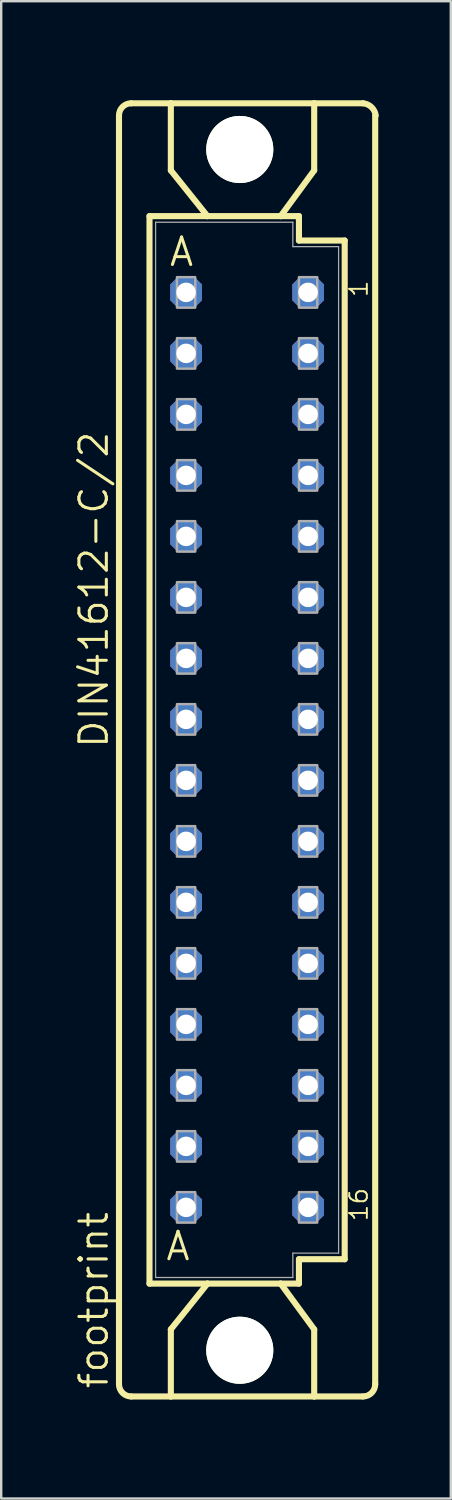
<source format=kicad_pcb>
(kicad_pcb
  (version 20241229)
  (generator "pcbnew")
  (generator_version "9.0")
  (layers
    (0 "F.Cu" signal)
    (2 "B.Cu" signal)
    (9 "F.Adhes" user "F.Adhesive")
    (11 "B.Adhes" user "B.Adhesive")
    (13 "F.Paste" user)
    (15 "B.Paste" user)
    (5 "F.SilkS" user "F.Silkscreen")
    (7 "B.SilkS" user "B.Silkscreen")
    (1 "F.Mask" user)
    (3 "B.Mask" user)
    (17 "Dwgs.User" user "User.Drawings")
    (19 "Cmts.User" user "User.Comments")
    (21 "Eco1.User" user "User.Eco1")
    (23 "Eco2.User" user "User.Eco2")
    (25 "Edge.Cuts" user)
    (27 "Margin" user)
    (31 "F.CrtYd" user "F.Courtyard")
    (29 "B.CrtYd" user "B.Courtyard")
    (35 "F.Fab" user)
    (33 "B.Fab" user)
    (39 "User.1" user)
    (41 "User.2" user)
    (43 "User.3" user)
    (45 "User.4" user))
  (footprint "footprint"
    (layer "F.Cu")
    (at 5.969 28.175)
    (property "Reference" "footprint" (at -4.445 26.67 90) (layer "F.SilkS") (effects (font (size 1.143 1.143) (thickness 0.127)) (justify left bottom)))
    (fp_line (start -4.064 26.416) (end -4.064 -26.416) (stroke (width 0.254) (type solid)) (layer "F.SilkS"))
    (fp_line (start -3.556 26.924) (end -1.905 26.924) (stroke (width 0.254) (type solid)) (layer "F.SilkS"))
    (fp_line (start -2.794 22.225) (end -2.794 -22.225) (stroke (width 0.254) (type solid)) (layer "F.SilkS"))
    (fp_line (start -1.905 -26.924) (end -3.556 -26.924) (stroke (width 0.254) (type solid)) (layer "F.SilkS"))
    (fp_line (start -1.905 -26.924) (end -1.905 -24.13) (stroke (width 0.254) (type solid)) (layer "F.SilkS"))
    (fp_line (start -1.905 26.924) (end -1.905 24.13) (stroke (width 0.254) (type solid)) (layer "F.SilkS"))
    (fp_line (start -1.905 26.924) (end 4.064 26.924) (stroke (width 0.254) (type solid)) (layer "F.SilkS"))
    (fp_line (start -0.381 -22.225) (end -2.794 -22.225) (stroke (width 0.254) (type solid)) (layer "F.SilkS"))
    (fp_line (start -0.381 -22.225) (end -1.905 -24.13) (stroke (width 0.254) (type solid)) (layer "F.SilkS"))
    (fp_line (start -0.381 -22.225) (end 2.667 -22.225) (stroke (width 0.254) (type solid)) (layer "F.SilkS"))
    (fp_line (start -0.381 22.225) (end -2.794 22.225) (stroke (width 0.254) (type solid)) (layer "F.SilkS"))
    (fp_line (start -0.381 22.225) (end -1.905 24.13) (stroke (width 0.254) (type solid)) (layer "F.SilkS"))
    (fp_line (start 2.667 -22.225) (end 3.429 -22.225) (stroke (width 0.254) (type solid)) (layer "F.SilkS"))
    (fp_line (start 2.667 -22.225) (end 4.064 -24.13) (stroke (width 0.254) (type solid)) (layer "F.SilkS"))
    (fp_line (start 2.667 22.225) (end -0.381 22.225) (stroke (width 0.254) (type solid)) (layer "F.SilkS"))
    (fp_line (start 2.667 22.225) (end 4.064 24.13) (stroke (width 0.254) (type solid)) (layer "F.SilkS"))
    (fp_line (start 3.429 -21.209) (end 3.429 -22.225) (stroke (width 0.254) (type solid)) (layer "F.SilkS"))
    (fp_line (start 3.429 21.209) (end 5.334 21.209) (stroke (width 0.254) (type solid)) (layer "F.SilkS"))
    (fp_line (start 3.429 22.225) (end 2.667 22.225) (stroke (width 0.254) (type solid)) (layer "F.SilkS"))
    (fp_line (start 3.429 22.225) (end 3.429 21.209) (stroke (width 0.254) (type solid)) (layer "F.SilkS"))
    (fp_line (start 4.064 -26.924) (end -1.905 -26.924) (stroke (width 0.254) (type solid)) (layer "F.SilkS"))
    (fp_line (start 4.064 -24.13) (end 4.064 -26.924) (stroke (width 0.254) (type solid)) (layer "F.SilkS"))
    (fp_line (start 4.064 26.924) (end 4.064 24.13) (stroke (width 0.254) (type solid)) (layer "F.SilkS"))
    (fp_line (start 4.064 26.924) (end 6.096 26.924) (stroke (width 0.254) (type solid)) (layer "F.SilkS"))
    (fp_line (start 5.334 -21.209) (end 3.429 -21.209) (stroke (width 0.254) (type solid)) (layer "F.SilkS"))
    (fp_line (start 5.334 21.209) (end 5.334 -21.209) (stroke (width 0.254) (type solid)) (layer "F.SilkS"))
    (fp_line (start 6.096 -26.924) (end 4.064 -26.924) (stroke (width 0.254) (type solid)) (layer "F.SilkS"))
    (fp_line (start 6.604 -26.416) (end 6.604 26.416) (stroke (width 0.254) (type solid)) (layer "F.SilkS"))
    (fp_arc (start -4.064 -26.416) (mid -3.91521 -26.77521) (end -3.556 -26.924) (stroke (width 0.254) (type solid)) (layer "F.SilkS"))
    (fp_arc (start -3.556 26.924) (mid -3.91521 26.77521) (end -4.064 26.416) (stroke (width 0.254) (type solid)) (layer "F.SilkS"))
    (fp_arc (start 6.096 -26.924) (mid 6.449437 -26.764314) (end 6.626 -26.418999) (stroke (width 0.254) (type solid)) (layer "F.SilkS"))
    (fp_arc (start 6.604 26.416) (mid 6.45521 26.77521) (end 6.096 26.924) (stroke (width 0.254) (type solid)) (layer "F.SilkS"))
    (fp_circle (center 0.965 -25) (end 2.235 -25) (stroke (width 0.254) (type solid)) (fill no) (layer "F.SilkS"))
    (fp_circle (center 0.965 25) (end 2.235 25) (stroke (width 0.254) (type solid)) (fill no) (layer "F.SilkS"))
    (fp_line (start -2.54 -21.971) (end -2.54 21.971) (stroke (width 0.051) (type solid)) (layer "F.Fab"))
    (fp_line (start 3.175 -21.971) (end -2.54 -21.971) (stroke (width 0.051) (type solid)) (layer "F.Fab"))
    (fp_line (start 3.175 -20.955) (end 3.175 -21.971) (stroke (width 0.051) (type solid)) (layer "F.Fab"))
    (fp_line (start 3.175 20.955) (end 3.175 21.971) (stroke (width 0.051) (type solid)) (layer "F.Fab"))
    (fp_line (start 3.175 20.955) (end 5.08 20.955) (stroke (width 0.051) (type solid)) (layer "F.Fab"))
    (fp_line (start 3.175 21.971) (end -2.54 21.971) (stroke (width 0.051) (type solid)) (layer "F.Fab"))
    (fp_line (start 5.08 -20.955) (end 3.175 -20.955) (stroke (width 0.051) (type solid)) (layer "F.Fab"))
    (fp_line (start 5.08 20.955) (end 5.08 -20.955) (stroke (width 0.051) (type solid)) (layer "F.Fab"))
    (fp_poly (pts (xy -1.651 -18.415) (xy -0.889 -18.415) (xy -0.889 -19.685) (xy -1.651 -19.685)) (stroke (width 0.1) (type solid)) (fill no) (layer "F.Fab"))
    (fp_poly (pts (xy -1.651 -15.875) (xy -0.889 -15.875) (xy -0.889 -17.145) (xy -1.651 -17.145)) (stroke (width 0.1) (type solid)) (fill no) (layer "F.Fab"))
    (fp_poly (pts (xy -1.651 -13.335) (xy -0.889 -13.335) (xy -0.889 -14.605) (xy -1.651 -14.605)) (stroke (width 0.1) (type solid)) (fill no) (layer "F.Fab"))
    (fp_poly (pts (xy -1.651 -10.795) (xy -0.889 -10.795) (xy -0.889 -12.065) (xy -1.651 -12.065)) (stroke (width 0.1) (type solid)) (fill no) (layer "F.Fab"))
    (fp_poly (pts (xy -1.651 -8.255) (xy -0.889 -8.255) (xy -0.889 -9.525) (xy -1.651 -9.525)) (stroke (width 0.1) (type solid)) (fill no) (layer "F.Fab"))
    (fp_poly (pts (xy -1.651 -5.715) (xy -0.889 -5.715) (xy -0.889 -6.985) (xy -1.651 -6.985)) (stroke (width 0.1) (type solid)) (fill no) (layer "F.Fab"))
    (fp_poly (pts (xy -1.651 -3.175) (xy -0.889 -3.175) (xy -0.889 -4.445) (xy -1.651 -4.445)) (stroke (width 0.1) (type solid)) (fill no) (layer "F.Fab"))
    (fp_poly (pts (xy -1.651 -0.635) (xy -0.889 -0.635) (xy -0.889 -1.905) (xy -1.651 -1.905)) (stroke (width 0.1) (type solid)) (fill no) (layer "F.Fab"))
    (fp_poly (pts (xy -1.651 1.905) (xy -0.889 1.905) (xy -0.889 0.635) (xy -1.651 0.635)) (stroke (width 0.1) (type solid)) (fill no) (layer "F.Fab"))
    (fp_poly (pts (xy -1.651 4.445) (xy -0.889 4.445) (xy -0.889 3.175) (xy -1.651 3.175)) (stroke (width 0.1) (type solid)) (fill no) (layer "F.Fab"))
    (fp_poly (pts (xy -1.651 6.985) (xy -0.889 6.985) (xy -0.889 5.715) (xy -1.651 5.715)) (stroke (width 0.1) (type solid)) (fill no) (layer "F.Fab"))
    (fp_poly (pts (xy -1.651 9.525) (xy -0.889 9.525) (xy -0.889 8.255) (xy -1.651 8.255)) (stroke (width 0.1) (type solid)) (fill no) (layer "F.Fab"))
    (fp_poly (pts (xy -1.651 12.065) (xy -0.889 12.065) (xy -0.889 10.795) (xy -1.651 10.795)) (stroke (width 0.1) (type solid)) (fill no) (layer "F.Fab"))
    (fp_poly (pts (xy -1.651 14.605) (xy -0.889 14.605) (xy -0.889 13.335) (xy -1.651 13.335)) (stroke (width 0.1) (type solid)) (fill no) (layer "F.Fab"))
    (fp_poly (pts (xy -1.651 17.145) (xy -0.889 17.145) (xy -0.889 15.875) (xy -1.651 15.875)) (stroke (width 0.1) (type solid)) (fill no) (layer "F.Fab"))
    (fp_poly (pts (xy -1.651 19.685) (xy -0.889 19.685) (xy -0.889 18.415) (xy -1.651 18.415)) (stroke (width 0.1) (type solid)) (fill no) (layer "F.Fab"))
    (fp_poly (pts (xy 3.429 -18.415) (xy 4.191 -18.415) (xy 4.191 -19.685) (xy 3.429 -19.685)) (stroke (width 0.1) (type solid)) (fill no) (layer "F.Fab"))
    (fp_poly (pts (xy 3.429 -15.875) (xy 4.191 -15.875) (xy 4.191 -17.145) (xy 3.429 -17.145)) (stroke (width 0.1) (type solid)) (fill no) (layer "F.Fab"))
    (fp_poly (pts (xy 3.429 -13.335) (xy 4.191 -13.335) (xy 4.191 -14.605) (xy 3.429 -14.605)) (stroke (width 0.1) (type solid)) (fill no) (layer "F.Fab"))
    (fp_poly (pts (xy 3.429 -10.795) (xy 4.191 -10.795) (xy 4.191 -12.065) (xy 3.429 -12.065)) (stroke (width 0.1) (type solid)) (fill no) (layer "F.Fab"))
    (fp_poly (pts (xy 3.429 -8.255) (xy 4.191 -8.255) (xy 4.191 -9.525) (xy 3.429 -9.525)) (stroke (width 0.1) (type solid)) (fill no) (layer "F.Fab"))
    (fp_poly (pts (xy 3.429 -5.715) (xy 4.191 -5.715) (xy 4.191 -6.985) (xy 3.429 -6.985)) (stroke (width 0.1) (type solid)) (fill no) (layer "F.Fab"))
    (fp_poly (pts (xy 3.429 -3.175) (xy 4.191 -3.175) (xy 4.191 -4.445) (xy 3.429 -4.445)) (stroke (width 0.1) (type solid)) (fill no) (layer "F.Fab"))
    (fp_poly (pts (xy 3.429 -0.635) (xy 4.191 -0.635) (xy 4.191 -1.905) (xy 3.429 -1.905)) (stroke (width 0.1) (type solid)) (fill no) (layer "F.Fab"))
    (fp_poly (pts (xy 3.429 1.905) (xy 4.191 1.905) (xy 4.191 0.635) (xy 3.429 0.635)) (stroke (width 0.1) (type solid)) (fill no) (layer "F.Fab"))
    (fp_poly (pts (xy 3.429 4.445) (xy 4.191 4.445) (xy 4.191 3.175) (xy 3.429 3.175)) (stroke (width 0.1) (type solid)) (fill no) (layer "F.Fab"))
    (fp_poly (pts (xy 3.429 6.985) (xy 4.191 6.985) (xy 4.191 5.715) (xy 3.429 5.715)) (stroke (width 0.1) (type solid)) (fill no) (layer "F.Fab"))
    (fp_poly (pts (xy 3.429 9.525) (xy 4.191 9.525) (xy 4.191 8.255) (xy 3.429 8.255)) (stroke (width 0.1) (type solid)) (fill no) (layer "F.Fab"))
    (fp_poly (pts (xy 3.429 12.065) (xy 4.191 12.065) (xy 4.191 10.795) (xy 3.429 10.795)) (stroke (width 0.1) (type solid)) (fill no) (layer "F.Fab"))
    (fp_poly (pts (xy 3.429 14.605) (xy 4.191 14.605) (xy 4.191 13.335) (xy 3.429 13.335)) (stroke (width 0.1) (type solid)) (fill no) (layer "F.Fab"))
    (fp_poly (pts (xy 3.429 17.145) (xy 4.191 17.145) (xy 4.191 15.875) (xy 3.429 15.875)) (stroke (width 0.1) (type solid)) (fill no) (layer "F.Fab"))
    (fp_poly (pts (xy 3.429 19.685) (xy 4.191 19.685) (xy 4.191 18.415) (xy 3.429 18.415)) (stroke (width 0.1) (type solid)) (fill no) (layer "F.Fab"))
    (fp_text user "16" (at 6.35 19.685 90) (layer "F.SilkS") (effects (font (size 0.732 0.732) (thickness 0.081)) (justify left bottom)))
    (fp_text user "A" (at -2.032 -20.066 0) (layer "F.SilkS") (effects (font (size 1.143 1.143) (thickness 0.127)) (justify left bottom)))
    (fp_text user "1" (at 6.35 -18.796 90) (layer "F.SilkS") (effects (font (size 0.732 0.732) (thickness 0.081)) (justify left bottom)))
    (fp_text user " A " (at -3.051 21.336 0) (layer "F.SilkS") (effects (font (size 1.143 1.143) (thickness 0.127)) (justify left bottom)))
    (fp_text user "DIN41612-C/2" (at -4.445 0 90) (layer "F.SilkS") (effects (font (size 1.143 1.143) (thickness 0.127)) (justify left bottom)))
    (pad "" np_thru_hole circle (at 0.965 -25) (size 2.794 2.794) (drill 2.794) (layers "*.Cu" "*.Mask"))
    (pad "" np_thru_hole circle (at 0.965 25) (size 2.794 2.794) (drill 2.794) (layers "*.Cu" "*.Mask"))
    (pad "A1" thru_hole roundrect (at -1.27 -19.05) (size 1.321 1.321) (drill 0.813) (layers "*.Cu" "*.Mask") (roundrect_rratio 0.25) (chamfer_ratio 0.25) (chamfer top_left top_right bottom_left bottom_right))
    (pad "A2" thru_hole roundrect (at -1.27 -16.51) (size 1.321 1.321) (drill 0.813) (layers "*.Cu" "*.Mask") (roundrect_rratio 0.25) (chamfer_ratio 0.25) (chamfer top_left top_right bottom_left bottom_right))
    (pad "A3" thru_hole roundrect (at -1.27 -13.97) (size 1.321 1.321) (drill 0.813) (layers "*.Cu" "*.Mask") (roundrect_rratio 0.25) (chamfer_ratio 0.25) (chamfer top_left top_right bottom_left bottom_right))
    (pad "A4" thru_hole roundrect (at -1.27 -11.43) (size 1.321 1.321) (drill 0.813) (layers "*.Cu" "*.Mask") (roundrect_rratio 0.25) (chamfer_ratio 0.25) (chamfer top_left top_right bottom_left bottom_right))
    (pad "A5" thru_hole roundrect (at -1.27 -8.89) (size 1.321 1.321) (drill 0.813) (layers "*.Cu" "*.Mask") (roundrect_rratio 0.25) (chamfer_ratio 0.25) (chamfer top_left top_right bottom_left bottom_right))
    (pad "A6" thru_hole roundrect (at -1.27 -6.35) (size 1.321 1.321) (drill 0.813) (layers "*.Cu" "*.Mask") (roundrect_rratio 0.25) (chamfer_ratio 0.25) (chamfer top_left top_right bottom_left bottom_right))
    (pad "A7" thru_hole roundrect (at -1.27 -3.81) (size 1.321 1.321) (drill 0.813) (layers "*.Cu" "*.Mask") (roundrect_rratio 0.25) (chamfer_ratio 0.25) (chamfer top_left top_right bottom_left bottom_right))
    (pad "A8" thru_hole roundrect (at -1.27 -1.27) (size 1.321 1.321) (drill 0.813) (layers "*.Cu" "*.Mask") (roundrect_rratio 0.25) (chamfer_ratio 0.25) (chamfer top_left top_right bottom_left bottom_right))
    (pad "A9" thru_hole roundrect (at -1.27 1.27) (size 1.321 1.321) (drill 0.813) (layers "*.Cu" "*.Mask") (roundrect_rratio 0.25) (chamfer_ratio 0.25) (chamfer top_left top_right bottom_left bottom_right))
    (pad "A10" thru_hole roundrect (at -1.27 3.81) (size 1.321 1.321) (drill 0.813) (layers "*.Cu" "*.Mask") (roundrect_rratio 0.25) (chamfer_ratio 0.25) (chamfer top_left top_right bottom_left bottom_right))
    (pad "A11" thru_hole roundrect (at -1.27 6.35) (size 1.321 1.321) (drill 0.813) (layers "*.Cu" "*.Mask") (roundrect_rratio 0.25) (chamfer_ratio 0.25) (chamfer top_left top_right bottom_left bottom_right))
    (pad "A12" thru_hole roundrect (at -1.27 8.89) (size 1.321 1.321) (drill 0.813) (layers "*.Cu" "*.Mask") (roundrect_rratio 0.25) (chamfer_ratio 0.25) (chamfer top_left top_right bottom_left bottom_right))
    (pad "A13" thru_hole roundrect (at -1.27 11.43) (size 1.321 1.321) (drill 0.813) (layers "*.Cu" "*.Mask") (roundrect_rratio 0.25) (chamfer_ratio 0.25) (chamfer top_left top_right bottom_left bottom_right))
    (pad "A14" thru_hole roundrect (at -1.27 13.97) (size 1.321 1.321) (drill 0.813) (layers "*.Cu" "*.Mask") (roundrect_rratio 0.25) (chamfer_ratio 0.25) (chamfer top_left top_right bottom_left bottom_right))
    (pad "A15" thru_hole roundrect (at -1.27 16.51) (size 1.321 1.321) (drill 0.813) (layers "*.Cu" "*.Mask") (roundrect_rratio 0.25) (chamfer_ratio 0.25) (chamfer top_left top_right bottom_left bottom_right))
    (pad "A16" thru_hole roundrect (at -1.27 19.05) (size 1.321 1.321) (drill 0.813) (layers "*.Cu" "*.Mask") (roundrect_rratio 0.25) (chamfer_ratio 0.25) (chamfer top_left top_right bottom_left bottom_right))
    (pad "C1" thru_hole roundrect (at 3.81 -19.05) (size 1.321 1.321) (drill 0.813) (layers "*.Cu" "*.Mask") (roundrect_rratio 0.25) (chamfer_ratio 0.25) (chamfer top_left top_right bottom_left bottom_right))
    (pad "C2" thru_hole roundrect (at 3.81 -16.51) (size 1.321 1.321) (drill 0.813) (layers "*.Cu" "*.Mask") (roundrect_rratio 0.25) (chamfer_ratio 0.25) (chamfer top_left top_right bottom_left bottom_right))
    (pad "C3" thru_hole roundrect (at 3.81 -13.97) (size 1.321 1.321) (drill 0.813) (layers "*.Cu" "*.Mask") (roundrect_rratio 0.25) (chamfer_ratio 0.25) (chamfer top_left top_right bottom_left bottom_right))
    (pad "C4" thru_hole roundrect (at 3.81 -11.43) (size 1.321 1.321) (drill 0.813) (layers "*.Cu" "*.Mask") (roundrect_rratio 0.25) (chamfer_ratio 0.25) (chamfer top_left top_right bottom_left bottom_right))
    (pad "C5" thru_hole roundrect (at 3.81 -8.89) (size 1.321 1.321) (drill 0.813) (layers "*.Cu" "*.Mask") (roundrect_rratio 0.25) (chamfer_ratio 0.25) (chamfer top_left top_right bottom_left bottom_right))
    (pad "C6" thru_hole roundrect (at 3.81 -6.35) (size 1.321 1.321) (drill 0.813) (layers "*.Cu" "*.Mask") (roundrect_rratio 0.25) (chamfer_ratio 0.25) (chamfer top_left top_right bottom_left bottom_right))
    (pad "C7" thru_hole roundrect (at 3.81 -3.81) (size 1.321 1.321) (drill 0.813) (layers "*.Cu" "*.Mask") (roundrect_rratio 0.25) (chamfer_ratio 0.25) (chamfer top_left top_right bottom_left bottom_right))
    (pad "C8" thru_hole roundrect (at 3.81 -1.27) (size 1.321 1.321) (drill 0.813) (layers "*.Cu" "*.Mask") (roundrect_rratio 0.25) (chamfer_ratio 0.25) (chamfer top_left top_right bottom_left bottom_right))
    (pad "C9" thru_hole roundrect (at 3.81 1.27) (size 1.321 1.321) (drill 0.813) (layers "*.Cu" "*.Mask") (roundrect_rratio 0.25) (chamfer_ratio 0.25) (chamfer top_left top_right bottom_left bottom_right))
    (pad "C10" thru_hole roundrect (at 3.81 3.81) (size 1.321 1.321) (drill 0.813) (layers "*.Cu" "*.Mask") (roundrect_rratio 0.25) (chamfer_ratio 0.25) (chamfer top_left top_right bottom_left bottom_right))
    (pad "C11" thru_hole roundrect (at 3.81 6.35) (size 1.321 1.321) (drill 0.813) (layers "*.Cu" "*.Mask") (roundrect_rratio 0.25) (chamfer_ratio 0.25) (chamfer top_left top_right bottom_left bottom_right))
    (pad "C12" thru_hole roundrect (at 3.81 8.89) (size 1.321 1.321) (drill 0.813) (layers "*.Cu" "*.Mask") (roundrect_rratio 0.25) (chamfer_ratio 0.25) (chamfer top_left top_right bottom_left bottom_right))
    (pad "C13" thru_hole roundrect (at 3.81 11.43) (size 1.321 1.321) (drill 0.813) (layers "*.Cu" "*.Mask") (roundrect_rratio 0.25) (chamfer_ratio 0.25) (chamfer top_left top_right bottom_left bottom_right))
    (pad "C14" thru_hole roundrect (at 3.81 13.97) (size 1.321 1.321) (drill 0.813) (layers "*.Cu" "*.Mask") (roundrect_rratio 0.25) (chamfer_ratio 0.25) (chamfer top_left top_right bottom_left bottom_right))
    (pad "C15" thru_hole roundrect (at 3.81 16.51) (size 1.321 1.321) (drill 0.813) (layers "*.Cu" "*.Mask") (roundrect_rratio 0.25) (chamfer_ratio 0.25) (chamfer top_left top_right bottom_left bottom_right))
    (pad "C16" thru_hole roundrect (at 3.81 19.05) (size 1.321 1.321) (drill 0.813) (layers "*.Cu" "*.Mask") (roundrect_rratio 0.25) (chamfer_ratio 0.25) (chamfer top_left top_right bottom_left bottom_right))
    (zone (net_name "") (layers "F.Cu" "B.Cu") (hatch edge 0.508) (connect_pads) (min_thickness 0.254) (filled_areas_thickness no) (keepout (tracks allowed) (vias not_allowed) (pads allowed) (copperpour allowed) (footprints allowed)) (placement (enabled no)) (fill) (polygon (pts (xy 10.109 3.175) (xy 10.061 2.624) (xy 9.918 2.089) (xy 9.684 1.587) (xy 9.366 1.134) (xy 8.975 0.743) (xy 8.522 0.425) (xy 8.02 0.191) (xy 7.486 0.048) (xy 6.934 0) (xy 6.383 0.048) (xy 5.848 0.191) (xy 5.347 0.425) (xy 4.893 0.743) (xy 4.502 1.134) (xy 4.185 1.587) (xy 3.951 2.089) (xy 3.807 2.624) (xy 3.759 3.175) (xy 3.807 3.726) (xy 3.951 4.261) (xy 4.185 4.763) (xy 4.502 5.216) (xy 4.893 5.607) (xy 5.347 5.925) (xy 5.848 6.159) (xy 6.383 6.302) (xy 6.934 6.35) (xy 7.486 6.302) (xy 8.02 6.159) (xy 8.522 5.925) (xy 8.975 5.607) (xy 9.366 5.216) (xy 9.684 4.763) (xy 9.918 4.261) (xy 10.061 3.726))) (polygon (pts (xy 8.331 3.175) (xy 8.31 2.932) (xy 8.247 2.697) (xy 8.144 2.477) (xy 8.004 2.277) (xy 7.832 2.105) (xy 7.633 1.965) (xy 7.412 1.862) (xy 7.177 1.799) (xy 6.934 1.778) (xy 6.692 1.799) (xy 6.456 1.862) (xy 6.236 1.965) (xy 6.036 2.105) (xy 5.864 2.277) (xy 5.724 2.477) (xy 5.621 2.697) (xy 5.558 2.932) (xy 5.537 3.175) (xy 5.558 3.418) (xy 5.621 3.653) (xy 5.724 3.873) (xy 5.864 4.073) (xy 6.036 4.245) (xy 6.236 4.385) (xy 6.456 4.488) (xy 6.692 4.551) (xy 6.934 4.572) (xy 7.177 4.551) (xy 7.412 4.488) (xy 7.633 4.385) (xy 7.832 4.245) (xy 8.004 4.073) (xy 8.144 3.873) (xy 8.247 3.653) (xy 8.31 3.418))))
    (zone (net_name "") (layers "F.Cu" "B.Cu") (hatch edge 0.508) (connect_pads) (min_thickness 0.254) (filled_areas_thickness no) (keepout (tracks allowed) (vias not_allowed) (pads allowed) (copperpour allowed) (footprints allowed)) (placement (enabled no)) (fill) (polygon (pts (xy 10.109 53.175) (xy 10.061 52.624) (xy 9.918 52.089) (xy 9.684 51.587) (xy 9.366 51.134) (xy 8.975 50.743) (xy 8.522 50.425) (xy 8.02 50.191) (xy 7.486 50.048) (xy 6.934 50) (xy 6.383 50.048) (xy 5.848 50.191) (xy 5.347 50.425) (xy 4.893 50.743) (xy 4.502 51.134) (xy 4.185 51.587) (xy 3.951 52.089) (xy 3.807 52.624) (xy 3.759 53.175) (xy 3.807 53.726) (xy 3.951 54.261) (xy 4.185 54.763) (xy 4.502 55.216) (xy 4.893 55.607) (xy 5.347 55.925) (xy 5.848 56.159) (xy 6.383 56.302) (xy 6.934 56.35) (xy 7.486 56.302) (xy 8.02 56.159) (xy 8.522 55.925) (xy 8.975 55.607) (xy 9.366 55.216) (xy 9.684 54.763) (xy 9.918 54.261) (xy 10.061 53.726))) (polygon (pts (xy 8.331 53.175) (xy 8.31 52.932) (xy 8.247 52.697) (xy 8.144 52.477) (xy 8.004 52.277) (xy 7.832 52.105) (xy 7.633 51.965) (xy 7.412 51.862) (xy 7.177 51.799) (xy 6.934 51.778) (xy 6.692 51.799) (xy 6.456 51.862) (xy 6.236 51.965) (xy 6.036 52.105) (xy 5.864 52.277) (xy 5.724 52.477) (xy 5.621 52.697) (xy 5.558 52.932) (xy 5.537 53.175) (xy 5.558 53.418) (xy 5.621 53.653) (xy 5.724 53.873) (xy 5.864 54.073) (xy 6.036 54.245) (xy 6.236 54.385) (xy 6.456 54.488) (xy 6.692 54.551) (xy 6.934 54.572) (xy 7.177 54.551) (xy 7.412 54.488) (xy 7.633 54.385) (xy 7.832 54.245) (xy 8.004 54.073) (xy 8.144 53.873) (xy 8.247 53.653) (xy 8.31 53.418))))
    (zone (net_name "") (layer "B.Cu") (hatch edge 0.508) (connect_pads) (min_thickness 0.254) (filled_areas_thickness no) (keepout (tracks not_allowed) (vias not_allowed) (pads not_allowed) (copperpour not_allowed) (footprints allowed)) (placement (enabled no)) (fill) (polygon (pts (xy 10.109 3.175) (xy 10.061 2.624) (xy 9.918 2.089) (xy 9.684 1.587) (xy 9.366 1.134) (xy 8.975 0.743) (xy 8.522 0.425) (xy 8.02 0.191) (xy 7.486 0.048) (xy 6.934 0) (xy 6.383 0.048) (xy 5.848 0.191) (xy 5.347 0.425) (xy 4.893 0.743) (xy 4.502 1.134) (xy 4.185 1.587) (xy 3.951 2.089) (xy 3.807 2.624) (xy 3.759 3.175) (xy 3.807 3.726) (xy 3.951 4.261) (xy 4.185 4.763) (xy 4.502 5.216) (xy 4.893 5.607) (xy 5.347 5.925) (xy 5.848 6.159) (xy 6.383 6.302) (xy 6.934 6.35) (xy 7.486 6.302) (xy 8.02 6.159) (xy 8.522 5.925) (xy 8.975 5.607) (xy 9.366 5.216) (xy 9.684 4.763) (xy 9.918 4.261) (xy 10.061 3.726))) (polygon (pts (xy 8.331 3.175) (xy 8.31 2.932) (xy 8.247 2.697) (xy 8.144 2.477) (xy 8.004 2.277) (xy 7.832 2.105) (xy 7.633 1.965) (xy 7.412 1.862) (xy 7.177 1.799) (xy 6.934 1.778) (xy 6.692 1.799) (xy 6.456 1.862) (xy 6.236 1.965) (xy 6.036 2.105) (xy 5.864 2.277) (xy 5.724 2.477) (xy 5.621 2.697) (xy 5.558 2.932) (xy 5.537 3.175) (xy 5.558 3.418) (xy 5.621 3.653) (xy 5.724 3.873) (xy 5.864 4.073) (xy 6.036 4.245) (xy 6.236 4.385) (xy 6.456 4.488) (xy 6.692 4.551) (xy 6.934 4.572) (xy 7.177 4.551) (xy 7.412 4.488) (xy 7.633 4.385) (xy 7.832 4.245) (xy 8.004 4.073) (xy 8.144 3.873) (xy 8.247 3.653) (xy 8.31 3.418))))
    (zone (net_name "") (layer "B.Cu") (hatch edge 0.508) (connect_pads) (min_thickness 0.254) (filled_areas_thickness no) (keepout (tracks not_allowed) (vias not_allowed) (pads not_allowed) (copperpour not_allowed) (footprints allowed)) (placement (enabled no)) (fill) (polygon (pts (xy 10.109 53.175) (xy 10.061 52.624) (xy 9.918 52.089) (xy 9.684 51.587) (xy 9.366 51.134) (xy 8.975 50.743) (xy 8.522 50.425) (xy 8.02 50.191) (xy 7.486 50.048) (xy 6.934 50) (xy 6.383 50.048) (xy 5.848 50.191) (xy 5.347 50.425) (xy 4.893 50.743) (xy 4.502 51.134) (xy 4.185 51.587) (xy 3.951 52.089) (xy 3.807 52.624) (xy 3.759 53.175) (xy 3.807 53.726) (xy 3.951 54.261) (xy 4.185 54.763) (xy 4.502 55.216) (xy 4.893 55.607) (xy 5.347 55.925) (xy 5.848 56.159) (xy 6.383 56.302) (xy 6.934 56.35) (xy 7.486 56.302) (xy 8.02 56.159) (xy 8.522 55.925) (xy 8.975 55.607) (xy 9.366 55.216) (xy 9.684 54.763) (xy 9.918 54.261) (xy 10.061 53.726))) (polygon (pts (xy 8.331 53.175) (xy 8.31 52.932) (xy 8.247 52.697) (xy 8.144 52.477) (xy 8.004 52.277) (xy 7.832 52.105) (xy 7.633 51.965) (xy 7.412 51.862) (xy 7.177 51.799) (xy 6.934 51.778) (xy 6.692 51.799) (xy 6.456 51.862) (xy 6.236 51.965) (xy 6.036 52.105) (xy 5.864 52.277) (xy 5.724 52.477) (xy 5.621 52.697) (xy 5.558 52.932) (xy 5.537 53.175) (xy 5.558 53.418) (xy 5.621 53.653) (xy 5.724 53.873) (xy 5.864 54.073) (xy 6.036 54.245) (xy 6.236 54.385) (xy 6.456 54.488) (xy 6.692 54.551) (xy 6.934 54.572) (xy 7.177 54.551) (xy 7.412 54.488) (xy 7.633 54.385) (xy 7.832 54.245) (xy 8.004 54.073) (xy 8.144 53.873) (xy 8.247 53.653) (xy 8.31 53.418)))))
  (gr_rect
    (start -3 -3)
    (end 15.722 59.35)
    (stroke (width 0.1) (type default))
    (fill no)
    (layer "Edge.Cuts")))
</source>
